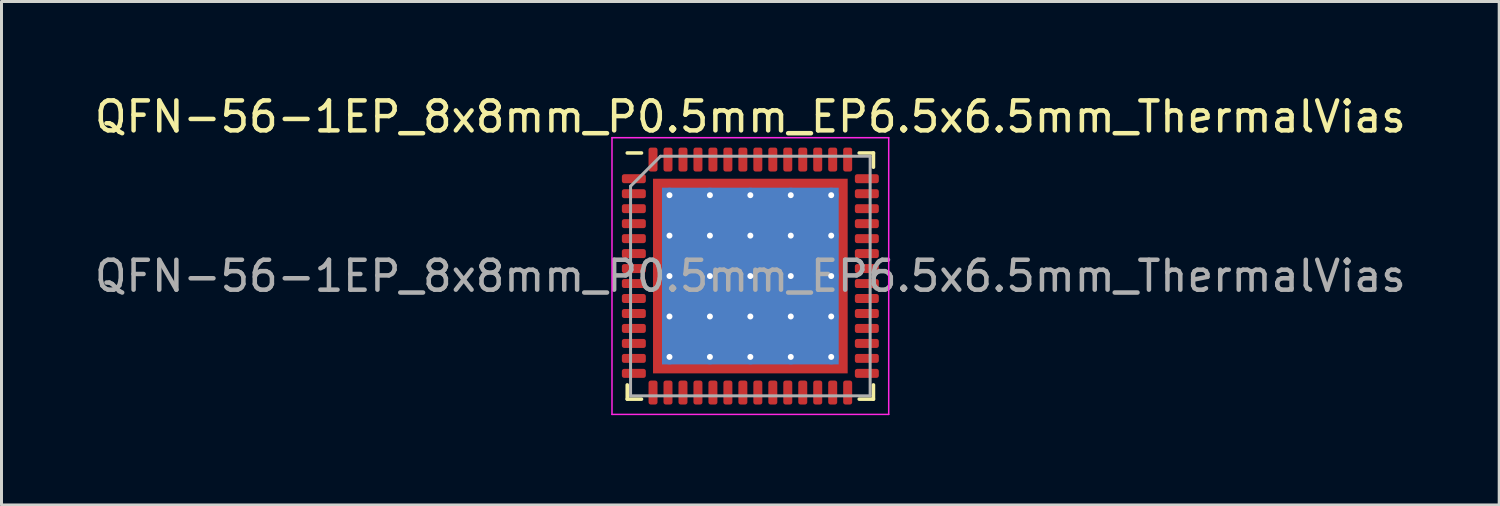
<source format=kicad_pcb>
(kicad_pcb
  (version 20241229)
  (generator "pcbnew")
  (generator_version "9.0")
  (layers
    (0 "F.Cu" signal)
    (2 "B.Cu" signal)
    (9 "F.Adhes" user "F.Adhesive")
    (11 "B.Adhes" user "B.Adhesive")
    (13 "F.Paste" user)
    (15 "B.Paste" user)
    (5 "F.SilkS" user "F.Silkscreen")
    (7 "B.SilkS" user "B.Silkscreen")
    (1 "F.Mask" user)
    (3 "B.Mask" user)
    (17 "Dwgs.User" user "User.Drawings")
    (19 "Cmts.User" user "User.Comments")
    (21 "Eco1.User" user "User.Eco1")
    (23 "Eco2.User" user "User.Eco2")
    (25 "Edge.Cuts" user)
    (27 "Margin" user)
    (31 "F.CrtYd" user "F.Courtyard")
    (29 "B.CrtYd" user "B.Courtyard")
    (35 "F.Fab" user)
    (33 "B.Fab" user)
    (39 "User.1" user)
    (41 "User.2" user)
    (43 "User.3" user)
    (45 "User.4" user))
  (footprint "QFN-56-1EP_8x8mm_P0.5mm_EP6.5x6.5mm_ThermalVias"
    (layer "F.Cu")
    (at 22.006 6.168)
    (property "Reference" "QFN-56-1EP_8x8mm_P0.5mm_EP6.5x6.5mm_ThermalVias" (at 0 -5.32 0) (layer "F.SilkS") (effects (font (size 1 1) (thickness 0.15))))
    (attr smd)
    (fp_line (start -4.11 4.11) (end -4.11 3.635) (stroke (width 0.12) (type solid)) (layer "F.SilkS"))
    (fp_line (start -3.635 -4.11) (end -4.11 -4.11) (stroke (width 0.12) (type solid)) (layer "F.SilkS"))
    (fp_line (start -3.635 4.11) (end -4.11 4.11) (stroke (width 0.12) (type solid)) (layer "F.SilkS"))
    (fp_line (start 3.635 -4.11) (end 4.11 -4.11) (stroke (width 0.12) (type solid)) (layer "F.SilkS"))
    (fp_line (start 3.635 4.11) (end 4.11 4.11) (stroke (width 0.12) (type solid)) (layer "F.SilkS"))
    (fp_line (start 4.11 -4.11) (end 4.11 -3.635) (stroke (width 0.12) (type solid)) (layer "F.SilkS"))
    (fp_line (start 4.11 4.11) (end 4.11 3.635) (stroke (width 0.12) (type solid)) (layer "F.SilkS"))
    (fp_line (start -4.62 -4.62) (end -4.62 4.62) (stroke (width 0.05) (type solid)) (layer "F.CrtYd"))
    (fp_line (start -4.62 4.62) (end 4.62 4.62) (stroke (width 0.05) (type solid)) (layer "F.CrtYd"))
    (fp_line (start 4.62 -4.62) (end -4.62 -4.62) (stroke (width 0.05) (type solid)) (layer "F.CrtYd"))
    (fp_line (start 4.62 4.62) (end 4.62 -4.62) (stroke (width 0.05) (type solid)) (layer "F.CrtYd"))
    (fp_line (start -4 -3) (end -3 -4) (stroke (width 0.1) (type solid)) (layer "F.Fab"))
    (fp_line (start -4 4) (end -4 -3) (stroke (width 0.1) (type solid)) (layer "F.Fab"))
    (fp_line (start -3 -4) (end 4 -4) (stroke (width 0.1) (type solid)) (layer "F.Fab"))
    (fp_line (start 4 -4) (end 4 4) (stroke (width 0.1) (type solid)) (layer "F.Fab"))
    (fp_line (start 4 4) (end -4 4) (stroke (width 0.1) (type solid)) (layer "F.Fab"))
    (fp_text user "${REFERENCE}" (at 0 0 0) (layer "F.Fab") (effects (font (size 1 1) (thickness 0.15))))
    (pad "" smd roundrect (at -2.025 -2.025) (size 1.143 1.143) (layers "F.Paste") (roundrect_rratio 0.219))
    (pad "" smd roundrect (at -2.025 -0.675) (size 1.143 1.143) (layers "F.Paste") (roundrect_rratio 0.219))
    (pad "" smd roundrect (at -2.025 0.675) (size 1.143 1.143) (layers "F.Paste") (roundrect_rratio 0.219))
    (pad "" smd roundrect (at -2.025 2.025) (size 1.143 1.143) (layers "F.Paste") (roundrect_rratio 0.219))
    (pad "" smd roundrect (at -0.675 -2.025) (size 1.143 1.143) (layers "F.Paste") (roundrect_rratio 0.219))
    (pad "" smd roundrect (at -0.675 -0.675) (size 1.143 1.143) (layers "F.Paste") (roundrect_rratio 0.219))
    (pad "" smd roundrect (at -0.675 0.675) (size 1.143 1.143) (layers "F.Paste") (roundrect_rratio 0.219))
    (pad "" smd roundrect (at -0.675 2.025) (size 1.143 1.143) (layers "F.Paste") (roundrect_rratio 0.219))
    (pad "" smd roundrect (at 0.675 -2.025) (size 1.143 1.143) (layers "F.Paste") (roundrect_rratio 0.219))
    (pad "" smd roundrect (at 0.675 -0.675) (size 1.143 1.143) (layers "F.Paste") (roundrect_rratio 0.219))
    (pad "" smd roundrect (at 0.675 0.675) (size 1.143 1.143) (layers "F.Paste") (roundrect_rratio 0.219))
    (pad "" smd roundrect (at 0.675 2.025) (size 1.143 1.143) (layers "F.Paste") (roundrect_rratio 0.219))
    (pad "" smd roundrect (at 2.025 -2.025) (size 1.143 1.143) (layers "F.Paste") (roundrect_rratio 0.219))
    (pad "" smd roundrect (at 2.025 -0.675) (size 1.143 1.143) (layers "F.Paste") (roundrect_rratio 0.219))
    (pad "" smd roundrect (at 2.025 0.675) (size 1.143 1.143) (layers "F.Paste") (roundrect_rratio 0.219))
    (pad "" smd roundrect (at 2.025 2.025) (size 1.143 1.143) (layers "F.Paste") (roundrect_rratio 0.219))
    (pad "0" thru_hole circle (at -2.7 -2.7) (size 0.5 0.5) (drill 0.2) (layers "*.Cu"))
    (pad "0" thru_hole circle (at -2.7 -1.35) (size 0.5 0.5) (drill 0.2) (layers "*.Cu"))
    (pad "0" thru_hole circle (at -2.7 0) (size 0.5 0.5) (drill 0.2) (layers "*.Cu"))
    (pad "0" thru_hole circle (at -2.7 1.35) (size 0.5 0.5) (drill 0.2) (layers "*.Cu"))
    (pad "0" thru_hole circle (at -2.7 2.7) (size 0.5 0.5) (drill 0.2) (layers "*.Cu"))
    (pad "0" thru_hole circle (at -1.35 -2.7) (size 0.5 0.5) (drill 0.2) (layers "*.Cu"))
    (pad "0" thru_hole circle (at -1.35 -1.35) (size 0.5 0.5) (drill 0.2) (layers "*.Cu"))
    (pad "0" thru_hole circle (at -1.35 0) (size 0.5 0.5) (drill 0.2) (layers "*.Cu"))
    (pad "0" thru_hole circle (at -1.35 1.35) (size 0.5 0.5) (drill 0.2) (layers "*.Cu"))
    (pad "0" thru_hole circle (at -1.35 2.7) (size 0.5 0.5) (drill 0.2) (layers "*.Cu"))
    (pad "0" thru_hole circle (at 0 -2.7) (size 0.5 0.5) (drill 0.2) (layers "*.Cu"))
    (pad "0" thru_hole circle (at 0 -1.35) (size 0.5 0.5) (drill 0.2) (layers "*.Cu"))
    (pad "0" thru_hole circle (at 0 0) (size 0.5 0.5) (drill 0.2) (layers "*.Cu"))
    (pad "0" smd rect (at 0 0) (size 5.9 5.9) (layers "B.Cu"))
    (pad "0" smd rect (at 0 0) (size 6.5 6.5) (layers "F.Cu" "F.Mask"))
    (pad "0" thru_hole circle (at 0 1.35) (size 0.5 0.5) (drill 0.2) (layers "*.Cu"))
    (pad "0" thru_hole circle (at 0 2.7) (size 0.5 0.5) (drill 0.2) (layers "*.Cu"))
    (pad "0" thru_hole circle (at 1.35 -2.7) (size 0.5 0.5) (drill 0.2) (layers "*.Cu"))
    (pad "0" thru_hole circle (at 1.35 -1.35) (size 0.5 0.5) (drill 0.2) (layers "*.Cu"))
    (pad "0" thru_hole circle (at 1.35 0) (size 0.5 0.5) (drill 0.2) (layers "*.Cu"))
    (pad "0" thru_hole circle (at 1.35 1.35) (size 0.5 0.5) (drill 0.2) (layers "*.Cu"))
    (pad "0" thru_hole circle (at 1.35 2.7) (size 0.5 0.5) (drill 0.2) (layers "*.Cu"))
    (pad "0" thru_hole circle (at 2.7 -2.7) (size 0.5 0.5) (drill 0.2) (layers "*.Cu"))
    (pad "0" thru_hole circle (at 2.7 -1.35) (size 0.5 0.5) (drill 0.2) (layers "*.Cu"))
    (pad "0" thru_hole circle (at 2.7 0) (size 0.5 0.5) (drill 0.2) (layers "*.Cu"))
    (pad "0" thru_hole circle (at 2.7 1.35) (size 0.5 0.5) (drill 0.2) (layers "*.Cu"))
    (pad "0" thru_hole circle (at 2.7 2.7) (size 0.5 0.5) (drill 0.2) (layers "*.Cu"))
    (pad "1" smd roundrect (at -3.89 -3.25) (size 0.8 0.3) (layers "F.Cu" "F.Mask" "F.Paste") (roundrect_rratio 0.25))
    (pad "2" smd roundrect (at -3.89 -2.75) (size 0.8 0.3) (layers "F.Cu" "F.Mask" "F.Paste") (roundrect_rratio 0.25))
    (pad "3" smd roundrect (at -3.89 -2.25) (size 0.8 0.3) (layers "F.Cu" "F.Mask" "F.Paste") (roundrect_rratio 0.25))
    (pad "4" smd roundrect (at -3.89 -1.75) (size 0.8 0.3) (layers "F.Cu" "F.Mask" "F.Paste") (roundrect_rratio 0.25))
    (pad "5" smd roundrect (at -3.89 -1.25) (size 0.8 0.3) (layers "F.Cu" "F.Mask" "F.Paste") (roundrect_rratio 0.25))
    (pad "6" smd roundrect (at -3.89 -0.75) (size 0.8 0.3) (layers "F.Cu" "F.Mask" "F.Paste") (roundrect_rratio 0.25))
    (pad "7" smd roundrect (at -3.89 -0.25) (size 0.8 0.3) (layers "F.Cu" "F.Mask" "F.Paste") (roundrect_rratio 0.25))
    (pad "8" smd roundrect (at -3.89 0.25) (size 0.8 0.3) (layers "F.Cu" "F.Mask" "F.Paste") (roundrect_rratio 0.25))
    (pad "9" smd roundrect (at -3.89 0.75) (size 0.8 0.3) (layers "F.Cu" "F.Mask" "F.Paste") (roundrect_rratio 0.25))
    (pad "10" smd roundrect (at -3.89 1.25) (size 0.8 0.3) (layers "F.Cu" "F.Mask" "F.Paste") (roundrect_rratio 0.25))
    (pad "11" smd roundrect (at -3.89 1.75) (size 0.8 0.3) (layers "F.Cu" "F.Mask" "F.Paste") (roundrect_rratio 0.25))
    (pad "12" smd roundrect (at -3.89 2.25) (size 0.8 0.3) (layers "F.Cu" "F.Mask" "F.Paste") (roundrect_rratio 0.25))
    (pad "13" smd roundrect (at -3.89 2.75) (size 0.8 0.3) (layers "F.Cu" "F.Mask" "F.Paste") (roundrect_rratio 0.25))
    (pad "14" smd roundrect (at -3.89 3.25) (size 0.8 0.3) (layers "F.Cu" "F.Mask" "F.Paste") (roundrect_rratio 0.25))
    (pad "15" smd roundrect (at -3.25 3.89) (size 0.3 0.8) (layers "F.Cu" "F.Mask" "F.Paste") (roundrect_rratio 0.25))
    (pad "16" smd roundrect (at -2.75 3.89) (size 0.3 0.8) (layers "F.Cu" "F.Mask" "F.Paste") (roundrect_rratio 0.25))
    (pad "17" smd roundrect (at -2.25 3.89) (size 0.3 0.8) (layers "F.Cu" "F.Mask" "F.Paste") (roundrect_rratio 0.25))
    (pad "18" smd roundrect (at -1.75 3.89) (size 0.3 0.8) (layers "F.Cu" "F.Mask" "F.Paste") (roundrect_rratio 0.25))
    (pad "19" smd roundrect (at -1.25 3.89) (size 0.3 0.8) (layers "F.Cu" "F.Mask" "F.Paste") (roundrect_rratio 0.25))
    (pad "20" smd roundrect (at -0.75 3.89) (size 0.3 0.8) (layers "F.Cu" "F.Mask" "F.Paste") (roundrect_rratio 0.25))
    (pad "21" smd roundrect (at -0.25 3.89) (size 0.3 0.8) (layers "F.Cu" "F.Mask" "F.Paste") (roundrect_rratio 0.25))
    (pad "22" smd roundrect (at 0.25 3.89) (size 0.3 0.8) (layers "F.Cu" "F.Mask" "F.Paste") (roundrect_rratio 0.25))
    (pad "23" smd roundrect (at 0.75 3.89) (size 0.3 0.8) (layers "F.Cu" "F.Mask" "F.Paste") (roundrect_rratio 0.25))
    (pad "24" smd roundrect (at 1.25 3.89) (size 0.3 0.8) (layers "F.Cu" "F.Mask" "F.Paste") (roundrect_rratio 0.25))
    (pad "25" smd roundrect (at 1.75 3.89) (size 0.3 0.8) (layers "F.Cu" "F.Mask" "F.Paste") (roundrect_rratio 0.25))
    (pad "26" smd roundrect (at 2.25 3.89) (size 0.3 0.8) (layers "F.Cu" "F.Mask" "F.Paste") (roundrect_rratio 0.25))
    (pad "27" smd roundrect (at 2.75 3.89) (size 0.3 0.8) (layers "F.Cu" "F.Mask" "F.Paste") (roundrect_rratio 0.25))
    (pad "28" smd roundrect (at 3.25 3.89) (size 0.3 0.8) (layers "F.Cu" "F.Mask" "F.Paste") (roundrect_rratio 0.25))
    (pad "29" smd roundrect (at 3.89 3.25) (size 0.8 0.3) (layers "F.Cu" "F.Mask" "F.Paste") (roundrect_rratio 0.25))
    (pad "30" smd roundrect (at 3.89 2.75) (size 0.8 0.3) (layers "F.Cu" "F.Mask" "F.Paste") (roundrect_rratio 0.25))
    (pad "31" smd roundrect (at 3.89 2.25) (size 0.8 0.3) (layers "F.Cu" "F.Mask" "F.Paste") (roundrect_rratio 0.25))
    (pad "32" smd roundrect (at 3.89 1.75) (size 0.8 0.3) (layers "F.Cu" "F.Mask" "F.Paste") (roundrect_rratio 0.25))
    (pad "33" smd roundrect (at 3.89 1.25) (size 0.8 0.3) (layers "F.Cu" "F.Mask" "F.Paste") (roundrect_rratio 0.25))
    (pad "34" smd roundrect (at 3.89 0.75) (size 0.8 0.3) (layers "F.Cu" "F.Mask" "F.Paste") (roundrect_rratio 0.25))
    (pad "35" smd roundrect (at 3.89 0.25) (size 0.8 0.3) (layers "F.Cu" "F.Mask" "F.Paste") (roundrect_rratio 0.25))
    (pad "36" smd roundrect (at 3.89 -0.25) (size 0.8 0.3) (layers "F.Cu" "F.Mask" "F.Paste") (roundrect_rratio 0.25))
    (pad "37" smd roundrect (at 3.89 -0.75) (size 0.8 0.3) (layers "F.Cu" "F.Mask" "F.Paste") (roundrect_rratio 0.25))
    (pad "38" smd roundrect (at 3.89 -1.25) (size 0.8 0.3) (layers "F.Cu" "F.Mask" "F.Paste") (roundrect_rratio 0.25))
    (pad "39" smd roundrect (at 3.89 -1.75) (size 0.8 0.3) (layers "F.Cu" "F.Mask" "F.Paste") (roundrect_rratio 0.25))
    (pad "40" smd roundrect (at 3.89 -2.25) (size 0.8 0.3) (layers "F.Cu" "F.Mask" "F.Paste") (roundrect_rratio 0.25))
    (pad "41" smd roundrect (at 3.89 -2.75) (size 0.8 0.3) (layers "F.Cu" "F.Mask" "F.Paste") (roundrect_rratio 0.25))
    (pad "42" smd roundrect (at 3.89 -3.25) (size 0.8 0.3) (layers "F.Cu" "F.Mask" "F.Paste") (roundrect_rratio 0.25))
    (pad "43" smd roundrect (at 3.25 -3.89) (size 0.3 0.8) (layers "F.Cu" "F.Mask" "F.Paste") (roundrect_rratio 0.25))
    (pad "44" smd roundrect (at 2.75 -3.89) (size 0.3 0.8) (layers "F.Cu" "F.Mask" "F.Paste") (roundrect_rratio 0.25))
    (pad "45" smd roundrect (at 2.25 -3.89) (size 0.3 0.8) (layers "F.Cu" "F.Mask" "F.Paste") (roundrect_rratio 0.25))
    (pad "46" smd roundrect (at 1.75 -3.89) (size 0.3 0.8) (layers "F.Cu" "F.Mask" "F.Paste") (roundrect_rratio 0.25))
    (pad "47" smd roundrect (at 1.25 -3.89) (size 0.3 0.8) (layers "F.Cu" "F.Mask" "F.Paste") (roundrect_rratio 0.25))
    (pad "48" smd roundrect (at 0.75 -3.89) (size 0.3 0.8) (layers "F.Cu" "F.Mask" "F.Paste") (roundrect_rratio 0.25))
    (pad "49" smd roundrect (at 0.25 -3.89) (size 0.3 0.8) (layers "F.Cu" "F.Mask" "F.Paste") (roundrect_rratio 0.25))
    (pad "50" smd roundrect (at -0.25 -3.89) (size 0.3 0.8) (layers "F.Cu" "F.Mask" "F.Paste") (roundrect_rratio 0.25))
    (pad "51" smd roundrect (at -0.75 -3.89) (size 0.3 0.8) (layers "F.Cu" "F.Mask" "F.Paste") (roundrect_rratio 0.25))
    (pad "52" smd roundrect (at -1.25 -3.89) (size 0.3 0.8) (layers "F.Cu" "F.Mask" "F.Paste") (roundrect_rratio 0.25))
    (pad "53" smd roundrect (at -1.75 -3.89) (size 0.3 0.8) (layers "F.Cu" "F.Mask" "F.Paste") (roundrect_rratio 0.25))
    (pad "54" smd roundrect (at -2.25 -3.89) (size 0.3 0.8) (layers "F.Cu" "F.Mask" "F.Paste") (roundrect_rratio 0.25))
    (pad "55" smd roundrect (at -2.75 -3.89) (size 0.3 0.8) (layers "F.Cu" "F.Mask" "F.Paste") (roundrect_rratio 0.25))
    (pad "56" smd roundrect (at -3.25 -3.89) (size 0.3 0.8) (layers "F.Cu" "F.Mask" "F.Paste") (roundrect_rratio 0.25)))
  (gr_rect
    (start -3 -3)
    (end 47.012 13.813)
    (stroke (width 0.1) (type default))
    (fill no)
    (layer "Edge.Cuts")))
</source>
